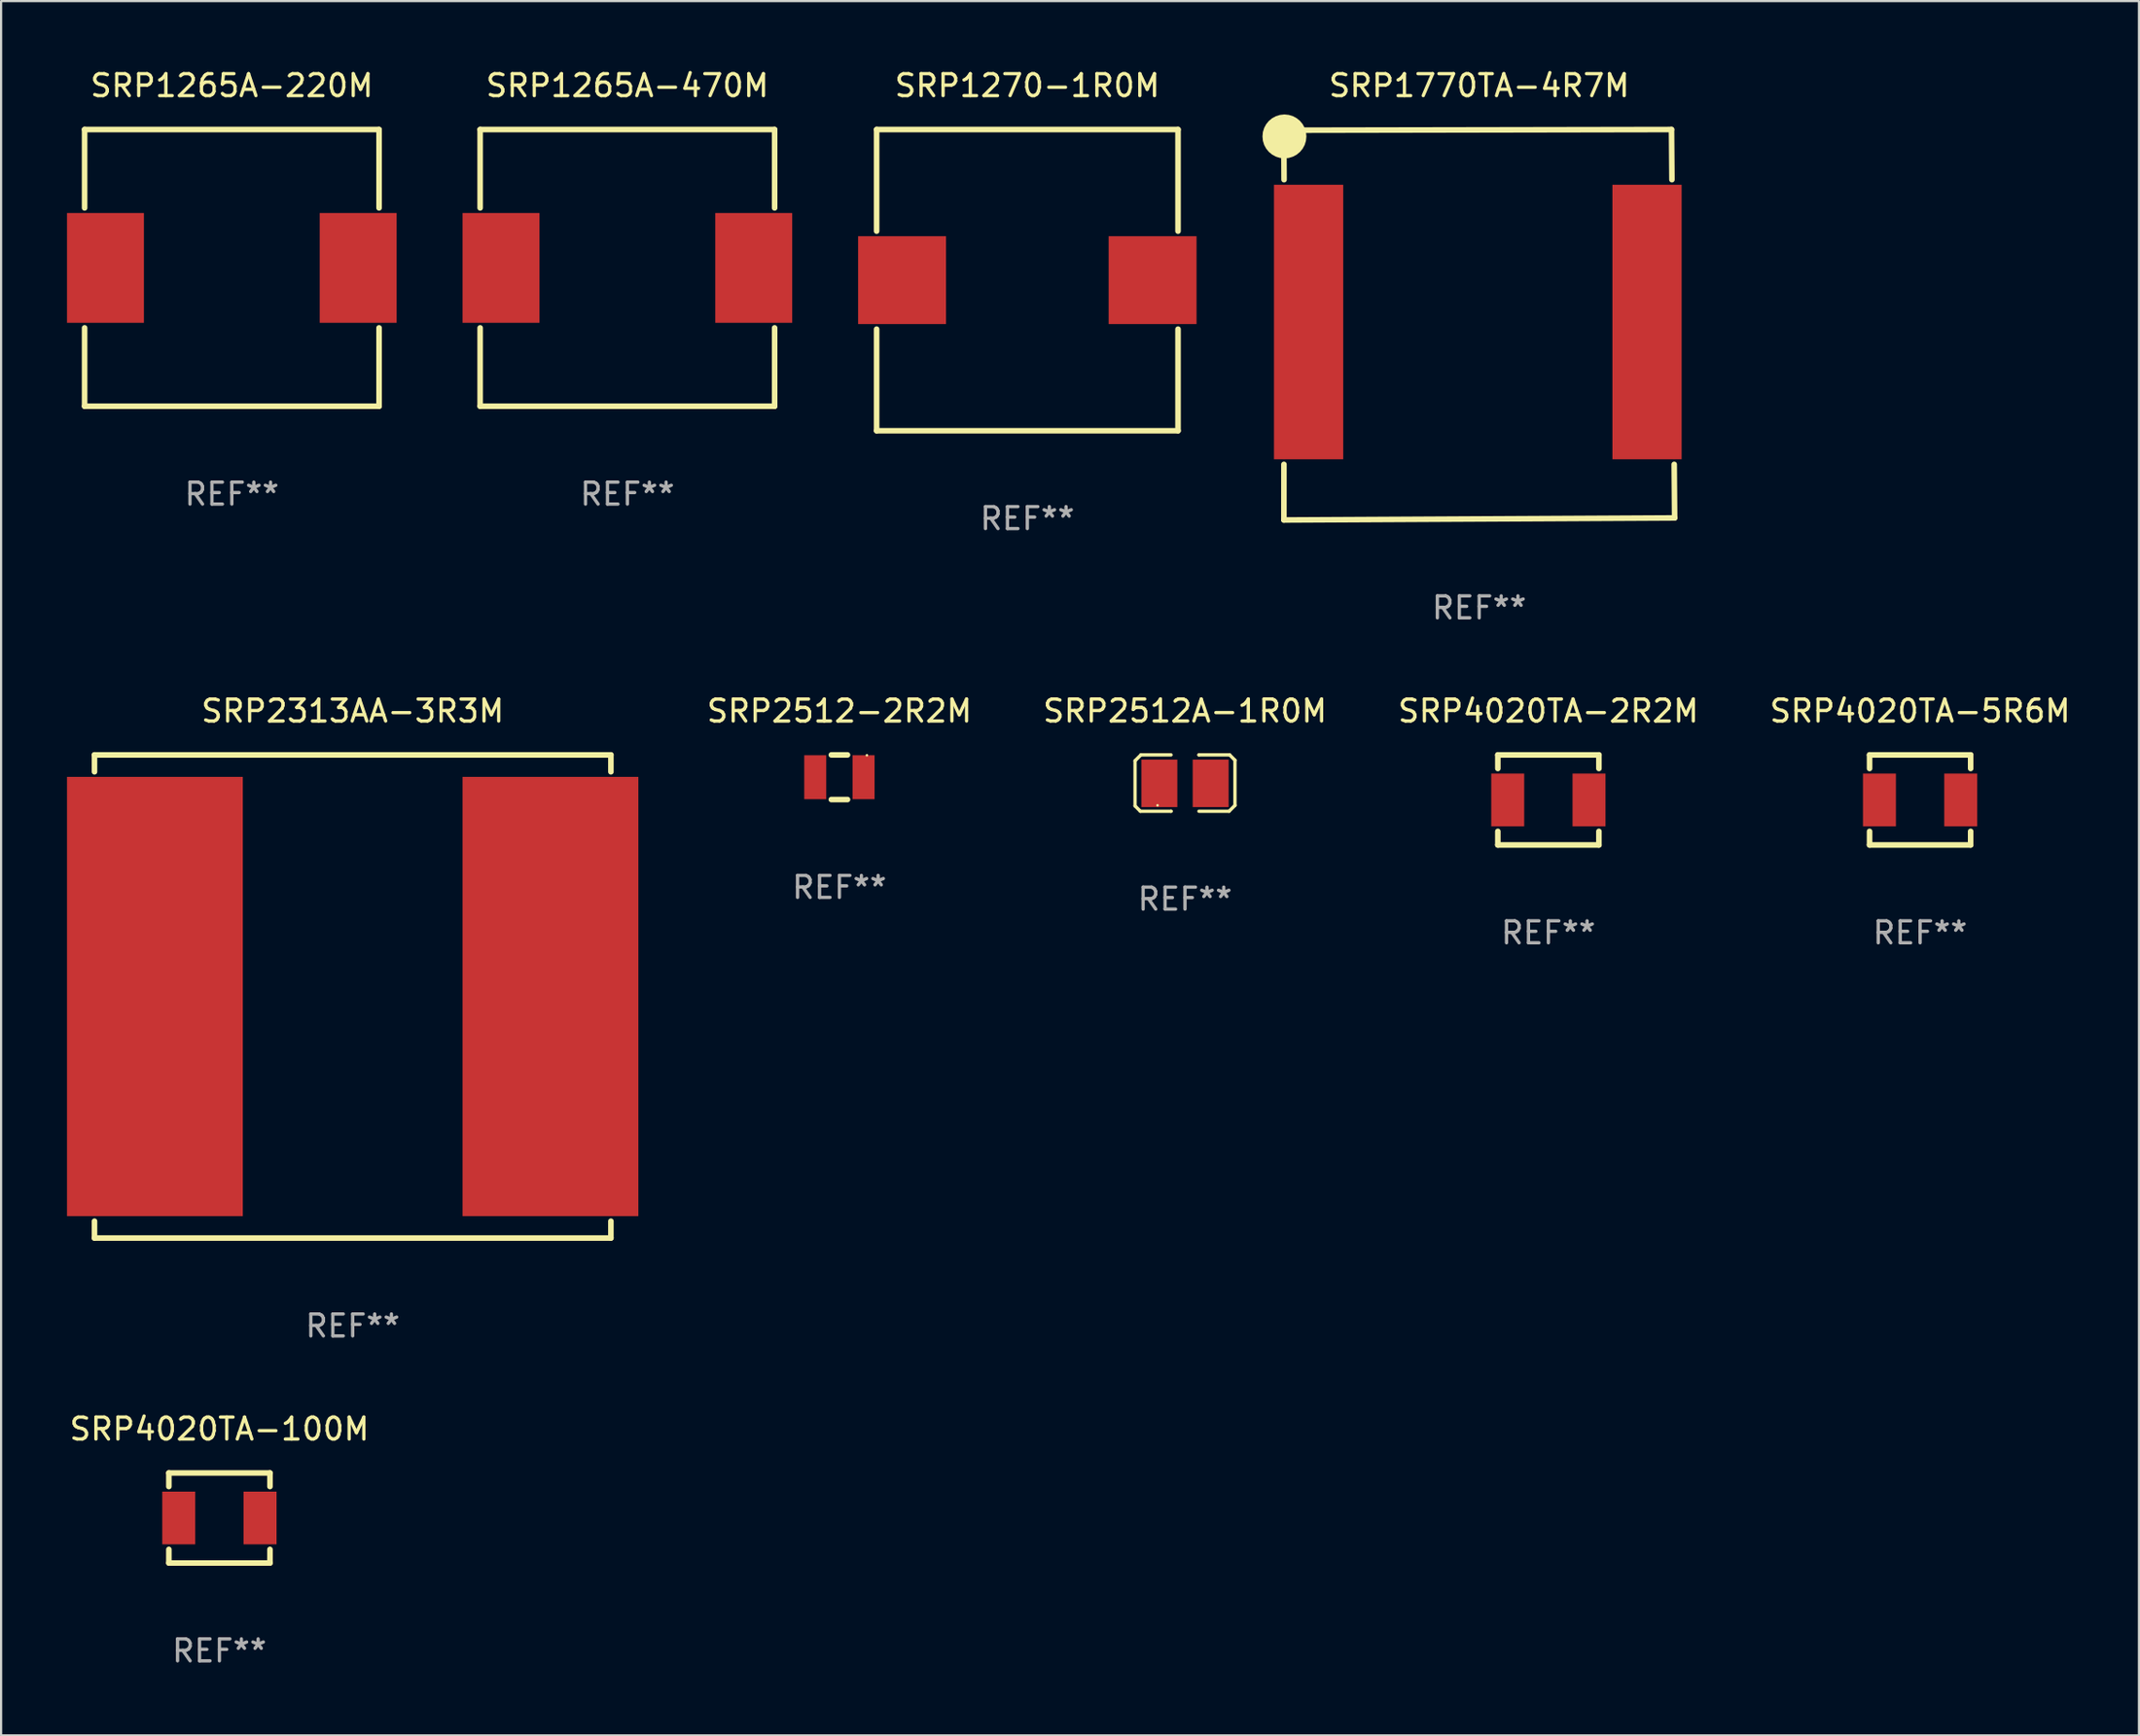
<source format=kicad_pcb>
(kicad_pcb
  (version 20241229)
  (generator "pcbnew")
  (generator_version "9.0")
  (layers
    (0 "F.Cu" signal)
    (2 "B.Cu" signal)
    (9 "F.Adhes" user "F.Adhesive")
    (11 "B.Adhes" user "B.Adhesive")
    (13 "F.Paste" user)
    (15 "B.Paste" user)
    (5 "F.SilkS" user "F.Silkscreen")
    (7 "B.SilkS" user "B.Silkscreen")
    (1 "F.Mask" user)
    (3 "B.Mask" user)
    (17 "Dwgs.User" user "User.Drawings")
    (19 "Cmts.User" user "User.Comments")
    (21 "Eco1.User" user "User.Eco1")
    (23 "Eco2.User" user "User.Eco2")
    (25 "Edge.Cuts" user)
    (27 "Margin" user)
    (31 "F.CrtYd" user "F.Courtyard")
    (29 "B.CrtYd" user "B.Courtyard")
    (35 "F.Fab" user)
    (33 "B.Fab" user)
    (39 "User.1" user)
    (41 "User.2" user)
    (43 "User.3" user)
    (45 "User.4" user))
  (footprint "SRP1265A-470M"
    (layer "F.Cu")
    (at 25.5 9.148)
    (property "Reference" "SRP1265A-470M" (at 0 -8.3 0) (layer "F.SilkS") (effects (font (size 1 1) (thickness 0.15))))
    (attr through_hole)
    (fp_line (start -6.7 -6.3) (end -6.7 -2.731) (stroke (width 0.254) (type solid)) (layer "F.SilkS"))
    (fp_line (start -6.7 -6.3) (end 6.7 -6.3) (stroke (width 0.254) (type solid)) (layer "F.SilkS"))
    (fp_line (start -6.7 2.731) (end -6.7 6.3) (stroke (width 0.254) (type solid)) (layer "F.SilkS"))
    (fp_line (start -6.7 6.3) (end 6.7 6.3) (stroke (width 0.254) (type solid)) (layer "F.SilkS"))
    (fp_line (start 6.7 -2.731) (end 6.7 -6.3) (stroke (width 0.254) (type solid)) (layer "F.SilkS"))
    (fp_line (start 6.7 6.3) (end 6.7 2.731) (stroke (width 0.254) (type solid)) (layer "F.SilkS"))
    (fp_circle (center -6.75 -6.35) (end -6.72 -6.35) (stroke (width 0.06) (type solid)) (fill no) (layer "F.SilkS"))
    (fp_text user "REF**" (at 0 10.3 0) (layer "F.Fab") (effects (font (size 1 1) (thickness 0.15))))
    (pad "1" smd rect (at -5.75 0) (size 3.5 5) (layers "F.Cu" "F.Mask" "F.Paste"))
    (pad "2" smd rect (at 5.75 0) (size 3.5 5) (layers "F.Cu" "F.Mask" "F.Paste")))
  (footprint "SRP2512A-1R0M"
    (layer "F.Cu")
    (at 50.875 32.607)
    (property "Reference" "SRP2512A-1R0M" (at 0 -3.283 0) (layer "F.SilkS") (effects (font (size 1 1) (thickness 0.15))))
    (attr through_hole)
    (fp_line (start -2.273 -1.016) (end -2.007 -1.283) (stroke (width 0.152) (type solid)) (layer "F.SilkS"))
    (fp_line (start -2.273 1.041) (end -2.273 -1.016) (stroke (width 0.152) (type solid)) (layer "F.SilkS"))
    (fp_line (start -2.032 1.283) (end -2.273 1.041) (stroke (width 0.152) (type solid)) (layer "F.SilkS"))
    (fp_line (start -2.007 -1.283) (end -0.635 -1.283) (stroke (width 0.152) (type solid)) (layer "F.SilkS"))
    (fp_line (start -0.635 1.283) (end -2.032 1.283) (stroke (width 0.152) (type solid)) (layer "F.SilkS"))
    (fp_line (start -0.635 1.283) (end -0.635 1.283) (stroke (width 0.152) (type solid)) (layer "F.SilkS"))
    (fp_line (start 0.635 -1.283) (end 0.635 -1.283) (stroke (width 0.152) (type solid)) (layer "F.SilkS"))
    (fp_line (start 0.635 -1.283) (end 2.032 -1.283) (stroke (width 0.152) (type solid)) (layer "F.SilkS"))
    (fp_line (start 2.007 1.283) (end 0.635 1.283) (stroke (width 0.152) (type solid)) (layer "F.SilkS"))
    (fp_line (start 2.032 -1.283) (end 2.273 -1.041) (stroke (width 0.152) (type solid)) (layer "F.SilkS"))
    (fp_line (start 2.273 -1.041) (end 2.273 1.016) (stroke (width 0.152) (type solid)) (layer "F.SilkS"))
    (fp_line (start 2.273 1.016) (end 2.007 1.283) (stroke (width 0.152) (type solid)) (layer "F.SilkS"))
    (fp_circle (center -1.25 1.013) (end -1.22 1.013) (stroke (width 0.06) (type solid)) (fill no) (layer "F.SilkS"))
    (fp_text user "REF**" (at 0 5.283 0) (layer "F.Fab") (effects (font (size 1 1) (thickness 0.15))))
    (pad "1" smd rect (at -1.167 0.013) (size 1.635 2.16) (layers "F.Cu" "F.Mask" "F.Paste"))
    (pad "2" smd rect (at 1.168 0.013) (size 1.635 2.16) (layers "F.Cu" "F.Mask" "F.Paste")))
  (footprint "SRP2512-2R2M"
    (layer "F.Cu")
    (at 35.149 32.341)
    (property "Reference" "SRP2512-2R2M" (at 0 -3.016 0) (layer "F.SilkS") (effects (font (size 1 1) (thickness 0.15))))
    (attr through_hole)
    (fp_line (start -0.369 1.016) (end 0.369 1.016) (stroke (width 0.254) (type solid)) (layer "F.SilkS"))
    (fp_line (start 0.369 -1.016) (end -0.369 -1.016) (stroke (width 0.254) (type solid)) (layer "F.SilkS"))
    (fp_circle (center 1.25 -1) (end 1.28 -1) (stroke (width 0.06) (type solid)) (fill no) (layer "F.SilkS"))
    (fp_text user "REF**" (at 0 5.016 0) (layer "F.Fab") (effects (font (size 1 1) (thickness 0.15))))
    (pad "1" smd rect (at 1.1 0) (size 1 2) (layers "F.Cu" "F.Mask" "F.Paste"))
    (pad "2" smd rect (at -1.1 0) (size 1 2) (layers "F.Cu" "F.Mask" "F.Paste")))
  (footprint "SRP1265A-220M"
    (layer "F.Cu")
    (at 7.5 9.148)
    (property "Reference" "SRP1265A-220M" (at 0 -8.3 0) (layer "F.SilkS") (effects (font (size 1 1) (thickness 0.15))))
    (attr through_hole)
    (fp_line (start -6.7 -6.3) (end -6.7 -2.731) (stroke (width 0.254) (type solid)) (layer "F.SilkS"))
    (fp_line (start -6.7 -6.3) (end 6.7 -6.3) (stroke (width 0.254) (type solid)) (layer "F.SilkS"))
    (fp_line (start -6.7 2.731) (end -6.7 6.3) (stroke (width 0.254) (type solid)) (layer "F.SilkS"))
    (fp_line (start -6.7 6.3) (end 6.7 6.3) (stroke (width 0.254) (type solid)) (layer "F.SilkS"))
    (fp_line (start 6.7 -2.731) (end 6.7 -6.3) (stroke (width 0.254) (type solid)) (layer "F.SilkS"))
    (fp_line (start 6.7 6.3) (end 6.7 2.731) (stroke (width 0.254) (type solid)) (layer "F.SilkS"))
    (fp_circle (center -6.75 -6.35) (end -6.72 -6.35) (stroke (width 0.06) (type solid)) (fill no) (layer "F.SilkS"))
    (fp_text user "REF**" (at 0 10.3 0) (layer "F.Fab") (effects (font (size 1 1) (thickness 0.15))))
    (pad "1" smd rect (at -5.75 0) (size 3.5 5) (layers "F.Cu" "F.Mask" "F.Paste"))
    (pad "2" smd rect (at 5.75 0) (size 3.5 5) (layers "F.Cu" "F.Mask" "F.Paste")))
  (footprint "SRP1270-1R0M"
    (layer "F.Cu")
    (at 43.7 9.706)
    (property "Reference" "SRP1270-1R0M" (at 0 -8.858 0) (layer "F.SilkS") (effects (font (size 1 1) (thickness 0.15))))
    (attr through_hole)
    (fp_line (start -6.858 -6.858) (end 6.858 -6.858) (stroke (width 0.254) (type solid)) (layer "F.SilkS"))
    (fp_line (start -6.858 -2.231) (end -6.858 -6.858) (stroke (width 0.254) (type solid)) (layer "F.SilkS"))
    (fp_line (start -6.858 6.858) (end -6.858 2.231) (stroke (width 0.254) (type solid)) (layer "F.SilkS"))
    (fp_line (start 6.858 -6.858) (end 6.858 -2.231) (stroke (width 0.254) (type solid)) (layer "F.SilkS"))
    (fp_line (start 6.858 2.231) (end 6.858 6.858) (stroke (width 0.254) (type solid)) (layer "F.SilkS"))
    (fp_line (start 6.858 6.858) (end -6.858 6.858) (stroke (width 0.254) (type solid)) (layer "F.SilkS"))
    (fp_circle (center -6.85 6.85) (end -6.82 6.85) (stroke (width 0.06) (type solid)) (fill no) (layer "F.SilkS"))
    (fp_text user "REF**" (at 0 10.858 0) (layer "F.Fab") (effects (font (size 1 1) (thickness 0.15))))
    (pad "1" smd rect (at -5.7 0) (size 4 4) (layers "F.Cu" "F.Mask" "F.Paste"))
    (pad "2" smd rect (at 5.7 0) (size 4 4) (layers "F.Cu" "F.Mask" "F.Paste")))
  (footprint "SRP2313AA-3R3M"
    (layer "F.Cu")
    (at 13 42.325)
    (property "Reference" "SRP2313AA-3R3M" (at 0 -13 0) (layer "F.SilkS") (effects (font (size 1 1) (thickness 0.15))))
    (attr through_hole)
    (fp_line (start -11.75 -11) (end 11.75 -11) (stroke (width 0.254) (type solid)) (layer "F.SilkS"))
    (fp_line (start -11.75 -10.231) (end -11.75 -11) (stroke (width 0.254) (type solid)) (layer "F.SilkS"))
    (fp_line (start -11.75 11) (end -11.75 10.231) (stroke (width 0.254) (type solid)) (layer "F.SilkS"))
    (fp_line (start -11.75 11) (end 11.75 11) (stroke (width 0.254) (type solid)) (layer "F.SilkS"))
    (fp_line (start 11.75 -11) (end 11.75 -10.231) (stroke (width 0.254) (type solid)) (layer "F.SilkS"))
    (fp_line (start 11.75 10.231) (end 11.75 11) (stroke (width 0.254) (type solid)) (layer "F.SilkS"))
    (fp_circle (center -11.75 11) (end -11.72 11) (stroke (width 0.06) (type solid)) (fill no) (layer "F.SilkS"))
    (fp_text user "REF**" (at 0 15 0) (layer "F.Fab") (effects (font (size 1 1) (thickness 0.15))))
    (pad "1" smd rect (at -9 0) (size 8 20) (layers "F.Cu" "F.Mask" "F.Paste"))
    (pad "2" smd rect (at 9 0) (size 8 20) (layers "F.Cu" "F.Mask" "F.Paste")))
  (footprint "SRP4020TA-5R6M"
    (layer "F.Cu")
    (at 84.327 33.375)
    (property "Reference" "SRP4020TA-5R6M" (at 0 -4.05 0) (layer "F.SilkS") (effects (font (size 1 1) (thickness 0.15))))
    (attr through_hole)
    (fp_line (start -2.3 -2.05) (end 2.3 -2.05) (stroke (width 0.254) (type solid)) (layer "F.SilkS"))
    (fp_line (start -2.3 -1.431) (end -2.3 -2.05) (stroke (width 0.254) (type solid)) (layer "F.SilkS"))
    (fp_line (start -2.3 2.05) (end -2.3 1.431) (stroke (width 0.254) (type solid)) (layer "F.SilkS"))
    (fp_line (start 2.3 -1.431) (end 2.3 -2.05) (stroke (width 0.254) (type solid)) (layer "F.SilkS"))
    (fp_line (start 2.3 2.05) (end -2.3 2.05) (stroke (width 0.254) (type solid)) (layer "F.SilkS"))
    (fp_line (start 2.3 2.05) (end 2.3 1.431) (stroke (width 0.254) (type solid)) (layer "F.SilkS"))
    (fp_circle (center -2.25 2.05) (end -2.22 2.05) (stroke (width 0.06) (type solid)) (fill no) (layer "F.SilkS"))
    (fp_text user "REF**" (at 0 6.05 0) (layer "F.Fab") (effects (font (size 1 1) (thickness 0.15))))
    (pad "1" smd rect (at -1.85 0 90) (size 2.4 1.5) (layers "F.Cu" "F.Mask" "F.Paste"))
    (pad "2" smd rect (at 1.85 0 90) (size 2.4 1.5) (layers "F.Cu" "F.Mask" "F.Paste")))
  (footprint "SRP4020TA-2R2M"
    (layer "F.Cu")
    (at 67.411 33.375)
    (property "Reference" "SRP4020TA-2R2M" (at 0 -4.05 0) (layer "F.SilkS") (effects (font (size 1 1) (thickness 0.15))))
    (attr through_hole)
    (fp_line (start -2.3 -2.05) (end 2.3 -2.05) (stroke (width 0.254) (type solid)) (layer "F.SilkS"))
    (fp_line (start -2.3 -1.431) (end -2.3 -2.05) (stroke (width 0.254) (type solid)) (layer "F.SilkS"))
    (fp_line (start -2.3 2.05) (end -2.3 1.431) (stroke (width 0.254) (type solid)) (layer "F.SilkS"))
    (fp_line (start 2.3 -1.431) (end 2.3 -2.05) (stroke (width 0.254) (type solid)) (layer "F.SilkS"))
    (fp_line (start 2.3 2.05) (end -2.3 2.05) (stroke (width 0.254) (type solid)) (layer "F.SilkS"))
    (fp_line (start 2.3 2.05) (end 2.3 1.431) (stroke (width 0.254) (type solid)) (layer "F.SilkS"))
    (fp_circle (center -2.25 2.05) (end -2.22 2.05) (stroke (width 0.06) (type solid)) (fill no) (layer "F.SilkS"))
    (fp_text user "REF**" (at 0 6.05 0) (layer "F.Fab") (effects (font (size 1 1) (thickness 0.15))))
    (pad "1" smd rect (at -1.85 0 90) (size 2.4 1.5) (layers "F.Cu" "F.Mask" "F.Paste"))
    (pad "2" smd rect (at 1.85 0 90) (size 2.4 1.5) (layers "F.Cu" "F.Mask" "F.Paste")))
  (footprint "SRP4020TA-100M"
    (layer "F.Cu")
    (at 6.935 66.071)
    (property "Reference" "SRP4020TA-100M" (at 0 -4.05 0) (layer "F.SilkS") (effects (font (size 1 1) (thickness 0.15))))
    (attr through_hole)
    (fp_line (start -2.3 -2.05) (end 2.3 -2.05) (stroke (width 0.254) (type solid)) (layer "F.SilkS"))
    (fp_line (start -2.3 -1.431) (end -2.3 -2.05) (stroke (width 0.254) (type solid)) (layer "F.SilkS"))
    (fp_line (start -2.3 2.05) (end -2.3 1.431) (stroke (width 0.254) (type solid)) (layer "F.SilkS"))
    (fp_line (start 2.3 -1.431) (end 2.3 -2.05) (stroke (width 0.254) (type solid)) (layer "F.SilkS"))
    (fp_line (start 2.3 2.05) (end -2.3 2.05) (stroke (width 0.254) (type solid)) (layer "F.SilkS"))
    (fp_line (start 2.3 2.05) (end 2.3 1.431) (stroke (width 0.254) (type solid)) (layer "F.SilkS"))
    (fp_circle (center -2.25 2.05) (end -2.22 2.05) (stroke (width 0.06) (type solid)) (fill no) (layer "F.SilkS"))
    (fp_text user "REF**" (at 0 6.05 0) (layer "F.Fab") (effects (font (size 1 1) (thickness 0.15))))
    (pad "1" smd rect (at -1.85 0 90) (size 2.4 1.5) (layers "F.Cu" "F.Mask" "F.Paste"))
    (pad "2" smd rect (at 1.85 0 90) (size 2.4 1.5) (layers "F.Cu" "F.Mask" "F.Paste")))
  (footprint "SRP1770TA-4R7M"
    (layer "F.Cu")
    (at 64.264 11.738)
    (property "Reference" "SRP1770TA-4R7M" (at 0 -10.89 0) (layer "F.SilkS") (effects (font (size 1 1) (thickness 0.15))))
    (attr through_hole)
    (fp_line (start -8.892 -8.858) (end -8.881 -6.607) (stroke (width 0.254) (type solid)) (layer "F.SilkS"))
    (fp_line (start -8.888 8.89) (end 8.892 8.796) (stroke (width 0.254) (type solid)) (layer "F.SilkS"))
    (fp_line (start -8.887 6.356) (end -8.888 8.89) (stroke (width 0.254) (type solid)) (layer "F.SilkS"))
    (fp_line (start 8.751 -8.89) (end -8.892 -8.858) (stroke (width 0.254) (type solid)) (layer "F.SilkS"))
    (fp_line (start 8.769 -6.607) (end 8.751 -8.89) (stroke (width 0.254) (type solid)) (layer "F.SilkS"))
    (fp_line (start 8.892 8.796) (end 8.873 6.356) (stroke (width 0.254) (type solid)) (layer "F.SilkS"))
    (fp_circle (center -8.864 -8.576) (end -8.364 -8.576) (stroke (width 1) (type solid)) (fill no) (layer "F.SilkS"))
    (fp_text user "REF**" (at 0 12.89 0) (layer "F.Fab") (effects (font (size 1 1) (thickness 0.15))))
    (pad "1" smd rect (at -7.764 -0.126) (size 3.15 12.5) (layers "F.Cu" "F.Mask" "F.Paste"))
    (pad "2" smd rect (at 7.636 -0.126) (size 3.15 12.5) (layers "F.Cu" "F.Mask" "F.Paste")))
  (gr_rect
    (start -3 -3)
    (end 94.286 75.97)
    (stroke (width 0.1) (type default))
    (fill no)
    (layer "Edge.Cuts")))
</source>
